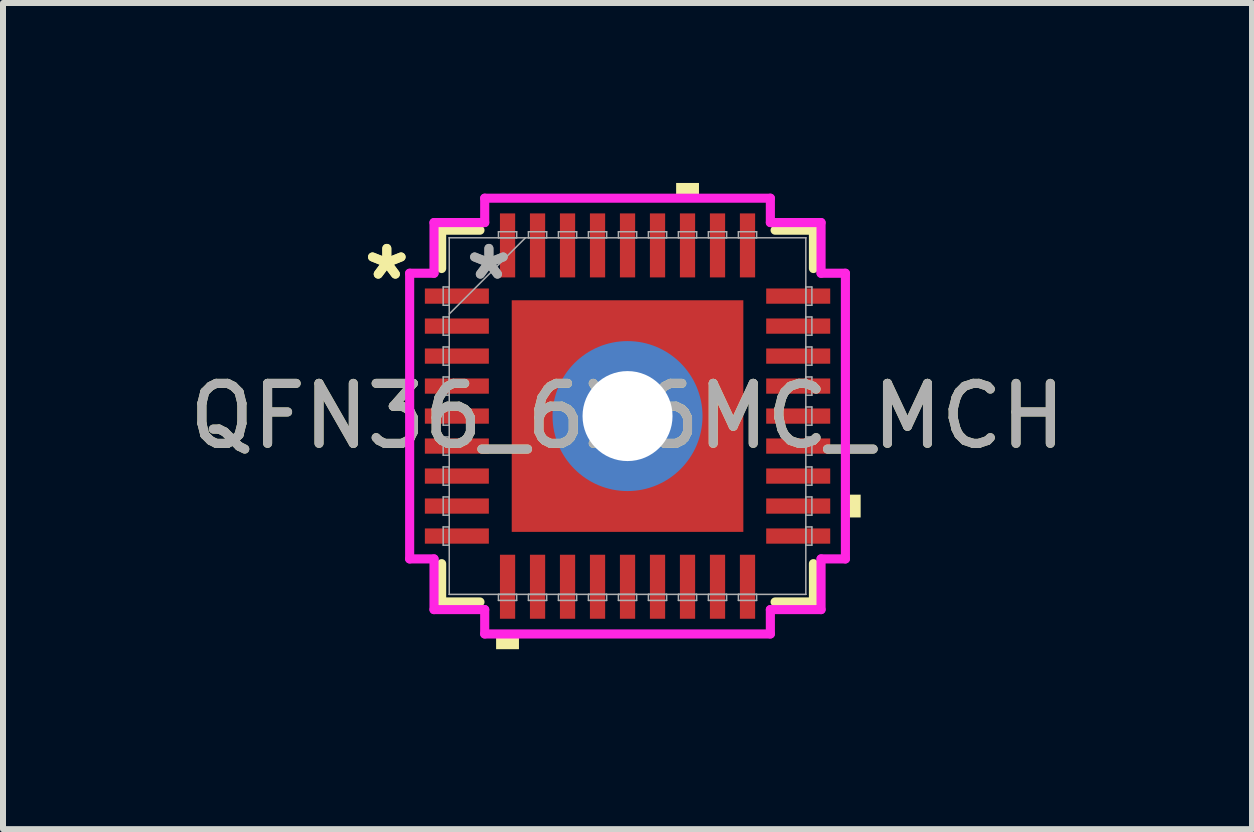
<source format=kicad_pcb>
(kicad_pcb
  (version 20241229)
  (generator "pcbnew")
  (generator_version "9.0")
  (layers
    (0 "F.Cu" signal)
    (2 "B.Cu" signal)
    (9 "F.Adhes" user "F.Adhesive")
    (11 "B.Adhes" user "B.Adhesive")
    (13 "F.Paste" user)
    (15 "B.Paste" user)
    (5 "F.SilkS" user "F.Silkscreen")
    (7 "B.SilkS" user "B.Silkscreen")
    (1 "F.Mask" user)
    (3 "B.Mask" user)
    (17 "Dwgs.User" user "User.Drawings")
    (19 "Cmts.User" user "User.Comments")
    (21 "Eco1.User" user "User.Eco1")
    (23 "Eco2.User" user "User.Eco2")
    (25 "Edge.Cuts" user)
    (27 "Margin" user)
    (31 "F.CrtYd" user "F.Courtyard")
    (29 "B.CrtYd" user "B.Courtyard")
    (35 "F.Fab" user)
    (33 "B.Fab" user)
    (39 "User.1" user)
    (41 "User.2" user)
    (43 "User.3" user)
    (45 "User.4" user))
  (footprint "QFN36_6X6MC_MCH"
    (layer "F.Cu")
    (at 7.411 3.886)
    (property "Reference" "QFN36_6X6MC_MCH" (at 0 0 0) (unlocked yes) (layer "F.SilkS") (effects (font (size 1 1) (thickness 0.15))))
    (attr smd)
    (fp_line (start -3.099 -3.099) (end -3.099 -2.46) (stroke (width 0.152) (type solid)) (layer "F.SilkS"))
    (fp_line (start -3.099 2.46) (end -3.099 3.099) (stroke (width 0.152) (type solid)) (layer "F.SilkS"))
    (fp_line (start -3.099 3.099) (end -2.46 3.099) (stroke (width 0.152) (type solid)) (layer "F.SilkS"))
    (fp_line (start -2.46 -3.099) (end -3.099 -3.099) (stroke (width 0.152) (type solid)) (layer "F.SilkS"))
    (fp_line (start 2.46 3.099) (end 3.099 3.099) (stroke (width 0.152) (type solid)) (layer "F.SilkS"))
    (fp_line (start 3.099 -3.099) (end 2.46 -3.099) (stroke (width 0.152) (type solid)) (layer "F.SilkS"))
    (fp_line (start 3.099 -2.46) (end 3.099 -3.099) (stroke (width 0.152) (type solid)) (layer "F.SilkS"))
    (fp_line (start 3.099 3.099) (end 3.099 2.46) (stroke (width 0.152) (type solid)) (layer "F.SilkS"))
    (fp_poly (pts (xy -2.191 3.632) (xy -2.191 3.886) (xy -1.81 3.886) (xy -1.81 3.632)) (stroke (width 0) (type solid)) (fill yes) (layer "F.SilkS"))
    (fp_poly (pts (xy 0.81 -3.632) (xy 0.81 -3.886) (xy 1.191 -3.886) (xy 1.191 -3.632)) (stroke (width 0) (type solid)) (fill yes) (layer "F.SilkS"))
    (fp_poly (pts (xy 3.886 1.31) (xy 3.886 1.69) (xy 3.632 1.69) (xy 3.632 1.31)) (stroke (width 0) (type solid)) (fill yes) (layer "F.SilkS"))
    (fp_poly (pts (xy -1.83 -1.83) (xy -1.83 -0.743) (xy -0.743 -0.743) (xy -0.743 -1.83)) (stroke (width 0) (type solid)) (fill yes) (layer "F.Paste"))
    (fp_poly (pts (xy -1.83 -0.543) (xy -1.83 0.543) (xy -0.743 0.543) (xy -0.743 -0.543)) (stroke (width 0) (type solid)) (fill yes) (layer "F.Paste"))
    (fp_poly (pts (xy -1.83 0.743) (xy -1.83 1.83) (xy -0.743 1.83) (xy -0.743 0.743)) (stroke (width 0) (type solid)) (fill yes) (layer "F.Paste"))
    (fp_poly (pts (xy -0.543 -1.83) (xy -0.543 -0.743) (xy 0.543 -0.743) (xy 0.543 -1.83)) (stroke (width 0) (type solid)) (fill yes) (layer "F.Paste"))
    (fp_poly (pts (xy -0.543 -0.543) (xy -0.543 0.543) (xy 0.543 0.543) (xy 0.543 -0.543)) (stroke (width 0) (type solid)) (fill yes) (layer "F.Paste"))
    (fp_poly (pts (xy -0.543 0.743) (xy -0.543 1.83) (xy 0.543 1.83) (xy 0.543 0.743)) (stroke (width 0) (type solid)) (fill yes) (layer "F.Paste"))
    (fp_poly (pts (xy 0.743 -1.83) (xy 0.743 -0.743) (xy 1.83 -0.743) (xy 1.83 -1.83)) (stroke (width 0) (type solid)) (fill yes) (layer "F.Paste"))
    (fp_poly (pts (xy 0.743 -0.543) (xy 0.743 0.543) (xy 1.83 0.543) (xy 1.83 -0.543)) (stroke (width 0) (type solid)) (fill yes) (layer "F.Paste"))
    (fp_poly (pts (xy 0.743 0.743) (xy 0.743 1.83) (xy 1.83 1.83) (xy 1.83 0.743)) (stroke (width 0) (type solid)) (fill yes) (layer "F.Paste"))
    (fp_line (start -3.632 -2.381) (end -3.226 -2.381) (stroke (width 0.152) (type solid)) (layer "F.CrtYd"))
    (fp_line (start -3.632 2.381) (end -3.632 -2.381) (stroke (width 0.152) (type solid)) (layer "F.CrtYd"))
    (fp_line (start -3.226 -3.226) (end -2.381 -3.226) (stroke (width 0.152) (type solid)) (layer "F.CrtYd"))
    (fp_line (start -3.226 -2.381) (end -3.226 -3.226) (stroke (width 0.152) (type solid)) (layer "F.CrtYd"))
    (fp_line (start -3.226 2.381) (end -3.632 2.381) (stroke (width 0.152) (type solid)) (layer "F.CrtYd"))
    (fp_line (start -3.226 3.226) (end -3.226 2.381) (stroke (width 0.152) (type solid)) (layer "F.CrtYd"))
    (fp_line (start -2.381 -3.632) (end 2.381 -3.632) (stroke (width 0.152) (type solid)) (layer "F.CrtYd"))
    (fp_line (start -2.381 -3.226) (end -2.381 -3.632) (stroke (width 0.152) (type solid)) (layer "F.CrtYd"))
    (fp_line (start -2.381 3.226) (end -3.226 3.226) (stroke (width 0.152) (type solid)) (layer "F.CrtYd"))
    (fp_line (start -2.381 3.632) (end -2.381 3.226) (stroke (width 0.152) (type solid)) (layer "F.CrtYd"))
    (fp_line (start 2.381 -3.632) (end 2.381 -3.226) (stroke (width 0.152) (type solid)) (layer "F.CrtYd"))
    (fp_line (start 2.381 -3.226) (end 3.226 -3.226) (stroke (width 0.152) (type solid)) (layer "F.CrtYd"))
    (fp_line (start 2.381 3.226) (end 2.381 3.632) (stroke (width 0.152) (type solid)) (layer "F.CrtYd"))
    (fp_line (start 2.381 3.632) (end -2.381 3.632) (stroke (width 0.152) (type solid)) (layer "F.CrtYd"))
    (fp_line (start 3.226 -3.226) (end 3.226 -2.381) (stroke (width 0.152) (type solid)) (layer "F.CrtYd"))
    (fp_line (start 3.226 -2.381) (end 3.632 -2.381) (stroke (width 0.152) (type solid)) (layer "F.CrtYd"))
    (fp_line (start 3.226 2.381) (end 3.226 3.226) (stroke (width 0.152) (type solid)) (layer "F.CrtYd"))
    (fp_line (start 3.226 3.226) (end 2.381 3.226) (stroke (width 0.152) (type solid)) (layer "F.CrtYd"))
    (fp_line (start 3.632 -2.381) (end 3.632 2.381) (stroke (width 0.152) (type solid)) (layer "F.CrtYd"))
    (fp_line (start 3.632 2.381) (end 3.226 2.381) (stroke (width 0.152) (type solid)) (layer "F.CrtYd"))
    (fp_line (start -3.073 -2.152) (end -3.073 -1.848) (stroke (width 0.025) (type solid)) (layer "F.Fab"))
    (fp_line (start -3.073 -1.848) (end -2.972 -1.848) (stroke (width 0.025) (type solid)) (layer "F.Fab"))
    (fp_line (start -3.073 -1.652) (end -3.073 -1.348) (stroke (width 0.025) (type solid)) (layer "F.Fab"))
    (fp_line (start -3.073 -1.348) (end -2.972 -1.348) (stroke (width 0.025) (type solid)) (layer "F.Fab"))
    (fp_line (start -3.073 -1.152) (end -3.073 -0.848) (stroke (width 0.025) (type solid)) (layer "F.Fab"))
    (fp_line (start -3.073 -0.848) (end -2.972 -0.848) (stroke (width 0.025) (type solid)) (layer "F.Fab"))
    (fp_line (start -3.073 -0.652) (end -3.073 -0.348) (stroke (width 0.025) (type solid)) (layer "F.Fab"))
    (fp_line (start -3.073 -0.348) (end -2.972 -0.348) (stroke (width 0.025) (type solid)) (layer "F.Fab"))
    (fp_line (start -3.073 -0.152) (end -3.073 0.152) (stroke (width 0.025) (type solid)) (layer "F.Fab"))
    (fp_line (start -3.073 0.152) (end -2.972 0.152) (stroke (width 0.025) (type solid)) (layer "F.Fab"))
    (fp_line (start -3.073 0.348) (end -3.073 0.652) (stroke (width 0.025) (type solid)) (layer "F.Fab"))
    (fp_line (start -3.073 0.652) (end -2.972 0.652) (stroke (width 0.025) (type solid)) (layer "F.Fab"))
    (fp_line (start -3.073 0.848) (end -3.073 1.152) (stroke (width 0.025) (type solid)) (layer "F.Fab"))
    (fp_line (start -3.073 1.152) (end -2.972 1.152) (stroke (width 0.025) (type solid)) (layer "F.Fab"))
    (fp_line (start -3.073 1.348) (end -3.073 1.652) (stroke (width 0.025) (type solid)) (layer "F.Fab"))
    (fp_line (start -3.073 1.652) (end -2.972 1.652) (stroke (width 0.025) (type solid)) (layer "F.Fab"))
    (fp_line (start -3.073 1.848) (end -3.073 2.152) (stroke (width 0.025) (type solid)) (layer "F.Fab"))
    (fp_line (start -3.073 2.152) (end -2.972 2.152) (stroke (width 0.025) (type solid)) (layer "F.Fab"))
    (fp_line (start -2.972 -2.972) (end -2.972 -2.972) (stroke (width 0.025) (type solid)) (layer "F.Fab"))
    (fp_line (start -2.972 -2.972) (end -2.972 2.972) (stroke (width 0.025) (type solid)) (layer "F.Fab"))
    (fp_line (start -2.972 -2.152) (end -3.073 -2.152) (stroke (width 0.025) (type solid)) (layer "F.Fab"))
    (fp_line (start -2.972 -1.848) (end -2.972 -2.152) (stroke (width 0.025) (type solid)) (layer "F.Fab"))
    (fp_line (start -2.972 -1.702) (end -1.702 -2.972) (stroke (width 0.025) (type solid)) (layer "F.Fab"))
    (fp_line (start -2.972 -1.652) (end -3.073 -1.652) (stroke (width 0.025) (type solid)) (layer "F.Fab"))
    (fp_line (start -2.972 -1.348) (end -2.972 -1.652) (stroke (width 0.025) (type solid)) (layer "F.Fab"))
    (fp_line (start -2.972 -1.152) (end -3.073 -1.152) (stroke (width 0.025) (type solid)) (layer "F.Fab"))
    (fp_line (start -2.972 -0.848) (end -2.972 -1.152) (stroke (width 0.025) (type solid)) (layer "F.Fab"))
    (fp_line (start -2.972 -0.652) (end -3.073 -0.652) (stroke (width 0.025) (type solid)) (layer "F.Fab"))
    (fp_line (start -2.972 -0.348) (end -2.972 -0.652) (stroke (width 0.025) (type solid)) (layer "F.Fab"))
    (fp_line (start -2.972 -0.152) (end -3.073 -0.152) (stroke (width 0.025) (type solid)) (layer "F.Fab"))
    (fp_line (start -2.972 0.152) (end -2.972 -0.152) (stroke (width 0.025) (type solid)) (layer "F.Fab"))
    (fp_line (start -2.972 0.348) (end -3.073 0.348) (stroke (width 0.025) (type solid)) (layer "F.Fab"))
    (fp_line (start -2.972 0.652) (end -2.972 0.348) (stroke (width 0.025) (type solid)) (layer "F.Fab"))
    (fp_line (start -2.972 0.848) (end -3.073 0.848) (stroke (width 0.025) (type solid)) (layer "F.Fab"))
    (fp_line (start -2.972 1.152) (end -2.972 0.848) (stroke (width 0.025) (type solid)) (layer "F.Fab"))
    (fp_line (start -2.972 1.348) (end -3.073 1.348) (stroke (width 0.025) (type solid)) (layer "F.Fab"))
    (fp_line (start -2.972 1.652) (end -2.972 1.348) (stroke (width 0.025) (type solid)) (layer "F.Fab"))
    (fp_line (start -2.972 1.848) (end -3.073 1.848) (stroke (width 0.025) (type solid)) (layer "F.Fab"))
    (fp_line (start -2.972 2.152) (end -2.972 1.848) (stroke (width 0.025) (type solid)) (layer "F.Fab"))
    (fp_line (start -2.972 2.972) (end -2.972 2.972) (stroke (width 0.025) (type solid)) (layer "F.Fab"))
    (fp_line (start -2.972 2.972) (end 2.972 2.972) (stroke (width 0.025) (type solid)) (layer "F.Fab"))
    (fp_line (start -2.152 -3.073) (end -2.152 -2.972) (stroke (width 0.025) (type solid)) (layer "F.Fab"))
    (fp_line (start -2.152 -2.972) (end -1.848 -2.972) (stroke (width 0.025) (type solid)) (layer "F.Fab"))
    (fp_line (start -2.152 2.972) (end -2.152 3.073) (stroke (width 0.025) (type solid)) (layer "F.Fab"))
    (fp_line (start -2.152 3.073) (end -1.848 3.073) (stroke (width 0.025) (type solid)) (layer "F.Fab"))
    (fp_line (start -1.848 -3.073) (end -2.152 -3.073) (stroke (width 0.025) (type solid)) (layer "F.Fab"))
    (fp_line (start -1.848 -2.972) (end -1.848 -3.073) (stroke (width 0.025) (type solid)) (layer "F.Fab"))
    (fp_line (start -1.848 2.972) (end -2.152 2.972) (stroke (width 0.025) (type solid)) (layer "F.Fab"))
    (fp_line (start -1.848 3.073) (end -1.848 2.972) (stroke (width 0.025) (type solid)) (layer "F.Fab"))
    (fp_line (start -1.652 -3.073) (end -1.652 -2.972) (stroke (width 0.025) (type solid)) (layer "F.Fab"))
    (fp_line (start -1.652 -2.972) (end -1.348 -2.972) (stroke (width 0.025) (type solid)) (layer "F.Fab"))
    (fp_line (start -1.652 2.972) (end -1.652 3.073) (stroke (width 0.025) (type solid)) (layer "F.Fab"))
    (fp_line (start -1.652 3.073) (end -1.348 3.073) (stroke (width 0.025) (type solid)) (layer "F.Fab"))
    (fp_line (start -1.348 -3.073) (end -1.652 -3.073) (stroke (width 0.025) (type solid)) (layer "F.Fab"))
    (fp_line (start -1.348 -2.972) (end -1.348 -3.073) (stroke (width 0.025) (type solid)) (layer "F.Fab"))
    (fp_line (start -1.348 2.972) (end -1.652 2.972) (stroke (width 0.025) (type solid)) (layer "F.Fab"))
    (fp_line (start -1.348 3.073) (end -1.348 2.972) (stroke (width 0.025) (type solid)) (layer "F.Fab"))
    (fp_line (start -1.152 -3.073) (end -1.152 -2.972) (stroke (width 0.025) (type solid)) (layer "F.Fab"))
    (fp_line (start -1.152 -2.972) (end -0.848 -2.972) (stroke (width 0.025) (type solid)) (layer "F.Fab"))
    (fp_line (start -1.152 2.972) (end -1.152 3.073) (stroke (width 0.025) (type solid)) (layer "F.Fab"))
    (fp_line (start -1.152 3.073) (end -0.848 3.073) (stroke (width 0.025) (type solid)) (layer "F.Fab"))
    (fp_line (start -0.848 -3.073) (end -1.152 -3.073) (stroke (width 0.025) (type solid)) (layer "F.Fab"))
    (fp_line (start -0.848 -2.972) (end -0.848 -3.073) (stroke (width 0.025) (type solid)) (layer "F.Fab"))
    (fp_line (start -0.848 2.972) (end -1.152 2.972) (stroke (width 0.025) (type solid)) (layer "F.Fab"))
    (fp_line (start -0.848 3.073) (end -0.848 2.972) (stroke (width 0.025) (type solid)) (layer "F.Fab"))
    (fp_line (start -0.652 -3.073) (end -0.652 -2.972) (stroke (width 0.025) (type solid)) (layer "F.Fab"))
    (fp_line (start -0.652 -2.972) (end -0.348 -2.972) (stroke (width 0.025) (type solid)) (layer "F.Fab"))
    (fp_line (start -0.652 2.972) (end -0.652 3.073) (stroke (width 0.025) (type solid)) (layer "F.Fab"))
    (fp_line (start -0.652 3.073) (end -0.348 3.073) (stroke (width 0.025) (type solid)) (layer "F.Fab"))
    (fp_line (start -0.348 -3.073) (end -0.652 -3.073) (stroke (width 0.025) (type solid)) (layer "F.Fab"))
    (fp_line (start -0.348 -2.972) (end -0.348 -3.073) (stroke (width 0.025) (type solid)) (layer "F.Fab"))
    (fp_line (start -0.348 2.972) (end -0.652 2.972) (stroke (width 0.025) (type solid)) (layer "F.Fab"))
    (fp_line (start -0.348 3.073) (end -0.348 2.972) (stroke (width 0.025) (type solid)) (layer "F.Fab"))
    (fp_line (start -0.152 -3.073) (end -0.152 -2.972) (stroke (width 0.025) (type solid)) (layer "F.Fab"))
    (fp_line (start -0.152 -2.972) (end 0.152 -2.972) (stroke (width 0.025) (type solid)) (layer "F.Fab"))
    (fp_line (start -0.152 2.972) (end -0.152 3.073) (stroke (width 0.025) (type solid)) (layer "F.Fab"))
    (fp_line (start -0.152 3.073) (end 0.152 3.073) (stroke (width 0.025) (type solid)) (layer "F.Fab"))
    (fp_line (start 0.152 -3.073) (end -0.152 -3.073) (stroke (width 0.025) (type solid)) (layer "F.Fab"))
    (fp_line (start 0.152 -2.972) (end 0.152 -3.073) (stroke (width 0.025) (type solid)) (layer "F.Fab"))
    (fp_line (start 0.152 2.972) (end -0.152 2.972) (stroke (width 0.025) (type solid)) (layer "F.Fab"))
    (fp_line (start 0.152 3.073) (end 0.152 2.972) (stroke (width 0.025) (type solid)) (layer "F.Fab"))
    (fp_line (start 0.348 -3.073) (end 0.348 -2.972) (stroke (width 0.025) (type solid)) (layer "F.Fab"))
    (fp_line (start 0.348 -2.972) (end 0.652 -2.972) (stroke (width 0.025) (type solid)) (layer "F.Fab"))
    (fp_line (start 0.348 2.972) (end 0.348 3.073) (stroke (width 0.025) (type solid)) (layer "F.Fab"))
    (fp_line (start 0.348 3.073) (end 0.652 3.073) (stroke (width 0.025) (type solid)) (layer "F.Fab"))
    (fp_line (start 0.652 -3.073) (end 0.348 -3.073) (stroke (width 0.025) (type solid)) (layer "F.Fab"))
    (fp_line (start 0.652 -2.972) (end 0.652 -3.073) (stroke (width 0.025) (type solid)) (layer "F.Fab"))
    (fp_line (start 0.652 2.972) (end 0.348 2.972) (stroke (width 0.025) (type solid)) (layer "F.Fab"))
    (fp_line (start 0.652 3.073) (end 0.652 2.972) (stroke (width 0.025) (type solid)) (layer "F.Fab"))
    (fp_line (start 0.848 -3.073) (end 0.848 -2.972) (stroke (width 0.025) (type solid)) (layer "F.Fab"))
    (fp_line (start 0.848 -2.972) (end 1.152 -2.972) (stroke (width 0.025) (type solid)) (layer "F.Fab"))
    (fp_line (start 0.848 2.972) (end 0.848 3.073) (stroke (width 0.025) (type solid)) (layer "F.Fab"))
    (fp_line (start 0.848 3.073) (end 1.152 3.073) (stroke (width 0.025) (type solid)) (layer "F.Fab"))
    (fp_line (start 1.152 -3.073) (end 0.848 -3.073) (stroke (width 0.025) (type solid)) (layer "F.Fab"))
    (fp_line (start 1.152 -2.972) (end 1.152 -3.073) (stroke (width 0.025) (type solid)) (layer "F.Fab"))
    (fp_line (start 1.152 2.972) (end 0.848 2.972) (stroke (width 0.025) (type solid)) (layer "F.Fab"))
    (fp_line (start 1.152 3.073) (end 1.152 2.972) (stroke (width 0.025) (type solid)) (layer "F.Fab"))
    (fp_line (start 1.348 -3.073) (end 1.348 -2.972) (stroke (width 0.025) (type solid)) (layer "F.Fab"))
    (fp_line (start 1.348 -2.972) (end 1.652 -2.972) (stroke (width 0.025) (type solid)) (layer "F.Fab"))
    (fp_line (start 1.348 2.972) (end 1.348 3.073) (stroke (width 0.025) (type solid)) (layer "F.Fab"))
    (fp_line (start 1.348 3.073) (end 1.652 3.073) (stroke (width 0.025) (type solid)) (layer "F.Fab"))
    (fp_line (start 1.652 -3.073) (end 1.348 -3.073) (stroke (width 0.025) (type solid)) (layer "F.Fab"))
    (fp_line (start 1.652 -2.972) (end 1.652 -3.073) (stroke (width 0.025) (type solid)) (layer "F.Fab"))
    (fp_line (start 1.652 2.972) (end 1.348 2.972) (stroke (width 0.025) (type solid)) (layer "F.Fab"))
    (fp_line (start 1.652 3.073) (end 1.652 2.972) (stroke (width 0.025) (type solid)) (layer "F.Fab"))
    (fp_line (start 1.848 -3.073) (end 1.848 -2.972) (stroke (width 0.025) (type solid)) (layer "F.Fab"))
    (fp_line (start 1.848 -2.972) (end 2.152 -2.972) (stroke (width 0.025) (type solid)) (layer "F.Fab"))
    (fp_line (start 1.848 2.972) (end 1.848 3.073) (stroke (width 0.025) (type solid)) (layer "F.Fab"))
    (fp_line (start 1.848 3.073) (end 2.152 3.073) (stroke (width 0.025) (type solid)) (layer "F.Fab"))
    (fp_line (start 2.152 -3.073) (end 1.848 -3.073) (stroke (width 0.025) (type solid)) (layer "F.Fab"))
    (fp_line (start 2.152 -2.972) (end 2.152 -3.073) (stroke (width 0.025) (type solid)) (layer "F.Fab"))
    (fp_line (start 2.152 2.972) (end 1.848 2.972) (stroke (width 0.025) (type solid)) (layer "F.Fab"))
    (fp_line (start 2.152 3.073) (end 2.152 2.972) (stroke (width 0.025) (type solid)) (layer "F.Fab"))
    (fp_line (start 2.972 -2.972) (end -2.972 -2.972) (stroke (width 0.025) (type solid)) (layer "F.Fab"))
    (fp_line (start 2.972 -2.972) (end 2.972 -2.972) (stroke (width 0.025) (type solid)) (layer "F.Fab"))
    (fp_line (start 2.972 -2.152) (end 2.972 -1.848) (stroke (width 0.025) (type solid)) (layer "F.Fab"))
    (fp_line (start 2.972 -1.848) (end 3.073 -1.848) (stroke (width 0.025) (type solid)) (layer "F.Fab"))
    (fp_line (start 2.972 -1.652) (end 2.972 -1.348) (stroke (width 0.025) (type solid)) (layer "F.Fab"))
    (fp_line (start 2.972 -1.348) (end 3.073 -1.348) (stroke (width 0.025) (type solid)) (layer "F.Fab"))
    (fp_line (start 2.972 -1.152) (end 2.972 -0.848) (stroke (width 0.025) (type solid)) (layer "F.Fab"))
    (fp_line (start 2.972 -0.848) (end 3.073 -0.848) (stroke (width 0.025) (type solid)) (layer "F.Fab"))
    (fp_line (start 2.972 -0.652) (end 2.972 -0.348) (stroke (width 0.025) (type solid)) (layer "F.Fab"))
    (fp_line (start 2.972 -0.348) (end 3.073 -0.348) (stroke (width 0.025) (type solid)) (layer "F.Fab"))
    (fp_line (start 2.972 -0.152) (end 2.972 0.152) (stroke (width 0.025) (type solid)) (layer "F.Fab"))
    (fp_line (start 2.972 0.152) (end 3.073 0.152) (stroke (width 0.025) (type solid)) (layer "F.Fab"))
    (fp_line (start 2.972 0.348) (end 2.972 0.652) (stroke (width 0.025) (type solid)) (layer "F.Fab"))
    (fp_line (start 2.972 0.652) (end 3.073 0.652) (stroke (width 0.025) (type solid)) (layer "F.Fab"))
    (fp_line (start 2.972 0.848) (end 2.972 1.152) (stroke (width 0.025) (type solid)) (layer "F.Fab"))
    (fp_line (start 2.972 1.152) (end 3.073 1.152) (stroke (width 0.025) (type solid)) (layer "F.Fab"))
    (fp_line (start 2.972 1.348) (end 2.972 1.652) (stroke (width 0.025) (type solid)) (layer "F.Fab"))
    (fp_line (start 2.972 1.652) (end 3.073 1.652) (stroke (width 0.025) (type solid)) (layer "F.Fab"))
    (fp_line (start 2.972 1.848) (end 2.972 2.152) (stroke (width 0.025) (type solid)) (layer "F.Fab"))
    (fp_line (start 2.972 2.152) (end 3.073 2.152) (stroke (width 0.025) (type solid)) (layer "F.Fab"))
    (fp_line (start 2.972 2.972) (end 2.972 -2.972) (stroke (width 0.025) (type solid)) (layer "F.Fab"))
    (fp_line (start 2.972 2.972) (end 2.972 2.972) (stroke (width 0.025) (type solid)) (layer "F.Fab"))
    (fp_line (start 3.073 -2.152) (end 2.972 -2.152) (stroke (width 0.025) (type solid)) (layer "F.Fab"))
    (fp_line (start 3.073 -1.848) (end 3.073 -2.152) (stroke (width 0.025) (type solid)) (layer "F.Fab"))
    (fp_line (start 3.073 -1.652) (end 2.972 -1.652) (stroke (width 0.025) (type solid)) (layer "F.Fab"))
    (fp_line (start 3.073 -1.348) (end 3.073 -1.652) (stroke (width 0.025) (type solid)) (layer "F.Fab"))
    (fp_line (start 3.073 -1.152) (end 2.972 -1.152) (stroke (width 0.025) (type solid)) (layer "F.Fab"))
    (fp_line (start 3.073 -0.848) (end 3.073 -1.152) (stroke (width 0.025) (type solid)) (layer "F.Fab"))
    (fp_line (start 3.073 -0.652) (end 2.972 -0.652) (stroke (width 0.025) (type solid)) (layer "F.Fab"))
    (fp_line (start 3.073 -0.348) (end 3.073 -0.652) (stroke (width 0.025) (type solid)) (layer "F.Fab"))
    (fp_line (start 3.073 -0.152) (end 2.972 -0.152) (stroke (width 0.025) (type solid)) (layer "F.Fab"))
    (fp_line (start 3.073 0.152) (end 3.073 -0.152) (stroke (width 0.025) (type solid)) (layer "F.Fab"))
    (fp_line (start 3.073 0.348) (end 2.972 0.348) (stroke (width 0.025) (type solid)) (layer "F.Fab"))
    (fp_line (start 3.073 0.652) (end 3.073 0.348) (stroke (width 0.025) (type solid)) (layer "F.Fab"))
    (fp_line (start 3.073 0.848) (end 2.972 0.848) (stroke (width 0.025) (type solid)) (layer "F.Fab"))
    (fp_line (start 3.073 1.152) (end 3.073 0.848) (stroke (width 0.025) (type solid)) (layer "F.Fab"))
    (fp_line (start 3.073 1.348) (end 2.972 1.348) (stroke (width 0.025) (type solid)) (layer "F.Fab"))
    (fp_line (start 3.073 1.652) (end 3.073 1.348) (stroke (width 0.025) (type solid)) (layer "F.Fab"))
    (fp_line (start 3.073 1.848) (end 2.972 1.848) (stroke (width 0.025) (type solid)) (layer "F.Fab"))
    (fp_line (start 3.073 2.152) (end 3.073 1.848) (stroke (width 0.025) (type solid)) (layer "F.Fab"))
    (fp_text user "*" (at -4.013 -2.25 0) (layer "F.SilkS") (effects (font (size 1 1) (thickness 0.15))))
    (fp_text user "*" (at -4.013 -2.25 0) (unlocked yes) (layer "F.SilkS") (effects (font (size 1 1) (thickness 0.15))))
    (fp_text user "*" (at -2.311 -2.25 0) (layer "F.Fab") (effects (font (size 1 1) (thickness 0.15))))
    (fp_text user "${REFERENCE}" (at 0 0 0) (unlocked yes) (layer "F.Fab") (effects (font (size 1 1) (thickness 0.15))))
    (fp_text user "*" (at -2.311 -2.25 0) (unlocked yes) (layer "F.Fab") (effects (font (size 1 1) (thickness 0.15))))
    (pad "1" smd rect (at -2.845 -2 90) (size 0.254 1.067) (layers "F.Cu" "F.Mask" "F.Paste"))
    (pad "2" smd rect (at -2.845 -1.5 90) (size 0.254 1.067) (layers "F.Cu" "F.Mask" "F.Paste"))
    (pad "3" smd rect (at -2.845 -1 90) (size 0.254 1.067) (layers "F.Cu" "F.Mask" "F.Paste"))
    (pad "4" smd rect (at -2.845 -0.5 90) (size 0.254 1.067) (layers "F.Cu" "F.Mask" "F.Paste"))
    (pad "5" smd rect (at -2.845 0 90) (size 0.254 1.067) (layers "F.Cu" "F.Mask" "F.Paste"))
    (pad "6" smd rect (at -2.845 0.5 90) (size 0.254 1.067) (layers "F.Cu" "F.Mask" "F.Paste"))
    (pad "7" smd rect (at -2.845 1 90) (size 0.254 1.067) (layers "F.Cu" "F.Mask" "F.Paste"))
    (pad "8" smd rect (at -2.845 1.5 90) (size 0.254 1.067) (layers "F.Cu" "F.Mask" "F.Paste"))
    (pad "9" smd rect (at -2.845 2 90) (size 0.254 1.067) (layers "F.Cu" "F.Mask" "F.Paste"))
    (pad "10" smd rect (at -2 2.845) (size 0.254 1.067) (layers "F.Cu" "F.Mask" "F.Paste"))
    (pad "11" smd rect (at -1.5 2.845) (size 0.254 1.067) (layers "F.Cu" "F.Mask" "F.Paste"))
    (pad "12" smd rect (at -1 2.845) (size 0.254 1.067) (layers "F.Cu" "F.Mask" "F.Paste"))
    (pad "13" smd rect (at -0.5 2.845) (size 0.254 1.067) (layers "F.Cu" "F.Mask" "F.Paste"))
    (pad "14" smd rect (at 0 2.845) (size 0.254 1.067) (layers "F.Cu" "F.Mask" "F.Paste"))
    (pad "15" smd rect (at 0.5 2.845) (size 0.254 1.067) (layers "F.Cu" "F.Mask" "F.Paste"))
    (pad "16" smd rect (at 1 2.845) (size 0.254 1.067) (layers "F.Cu" "F.Mask" "F.Paste"))
    (pad "17" smd rect (at 1.5 2.845) (size 0.254 1.067) (layers "F.Cu" "F.Mask" "F.Paste"))
    (pad "18" smd rect (at 2 2.845) (size 0.254 1.067) (layers "F.Cu" "F.Mask" "F.Paste"))
    (pad "19" smd rect (at 2.845 2 90) (size 0.254 1.067) (layers "F.Cu" "F.Mask" "F.Paste"))
    (pad "20" smd rect (at 2.845 1.5 90) (size 0.254 1.067) (layers "F.Cu" "F.Mask" "F.Paste"))
    (pad "21" smd rect (at 2.845 1 90) (size 0.254 1.067) (layers "F.Cu" "F.Mask" "F.Paste"))
    (pad "22" smd rect (at 2.845 0.5 90) (size 0.254 1.067) (layers "F.Cu" "F.Mask" "F.Paste"))
    (pad "23" smd rect (at 2.845 0 90) (size 0.254 1.067) (layers "F.Cu" "F.Mask" "F.Paste"))
    (pad "24" smd rect (at 2.845 -0.5 90) (size 0.254 1.067) (layers "F.Cu" "F.Mask" "F.Paste"))
    (pad "25" smd rect (at 2.845 -1 90) (size 0.254 1.067) (layers "F.Cu" "F.Mask" "F.Paste"))
    (pad "26" smd rect (at 2.845 -1.5 90) (size 0.254 1.067) (layers "F.Cu" "F.Mask" "F.Paste"))
    (pad "27" smd rect (at 2.845 -2 90) (size 0.254 1.067) (layers "F.Cu" "F.Mask" "F.Paste"))
    (pad "28" smd rect (at 2 -2.845) (size 0.254 1.067) (layers "F.Cu" "F.Mask" "F.Paste"))
    (pad "29" smd rect (at 1.5 -2.845) (size 0.254 1.067) (layers "F.Cu" "F.Mask" "F.Paste"))
    (pad "30" smd rect (at 1 -2.845) (size 0.254 1.067) (layers "F.Cu" "F.Mask" "F.Paste"))
    (pad "31" smd rect (at 0.5 -2.845) (size 0.254 1.067) (layers "F.Cu" "F.Mask" "F.Paste"))
    (pad "32" smd rect (at 0 -2.845) (size 0.254 1.067) (layers "F.Cu" "F.Mask" "F.Paste"))
    (pad "33" smd rect (at -0.5 -2.845) (size 0.254 1.067) (layers "F.Cu" "F.Mask" "F.Paste"))
    (pad "34" smd rect (at -1 -2.845) (size 0.254 1.067) (layers "F.Cu" "F.Mask" "F.Paste"))
    (pad "35" smd rect (at -1.5 -2.845) (size 0.254 1.067) (layers "F.Cu" "F.Mask" "F.Paste"))
    (pad "36" smd rect (at -2 -2.845) (size 0.254 1.067) (layers "F.Cu" "F.Mask" "F.Paste"))
    (pad "37" thru_hole circle (at 0 0) (size 2.5 2.5) (drill 1.5) (layers "*.Cu" "*.Mask"))
    (pad "37" smd rect (at 0 0) (size 3.861 3.861) (layers "F.Cu" "F.Mask")))
  (gr_rect
    (start -3 -3)
    (end 17.821 10.772)
    (stroke (width 0.1) (type default))
    (fill no)
    (layer "Edge.Cuts")))
</source>
